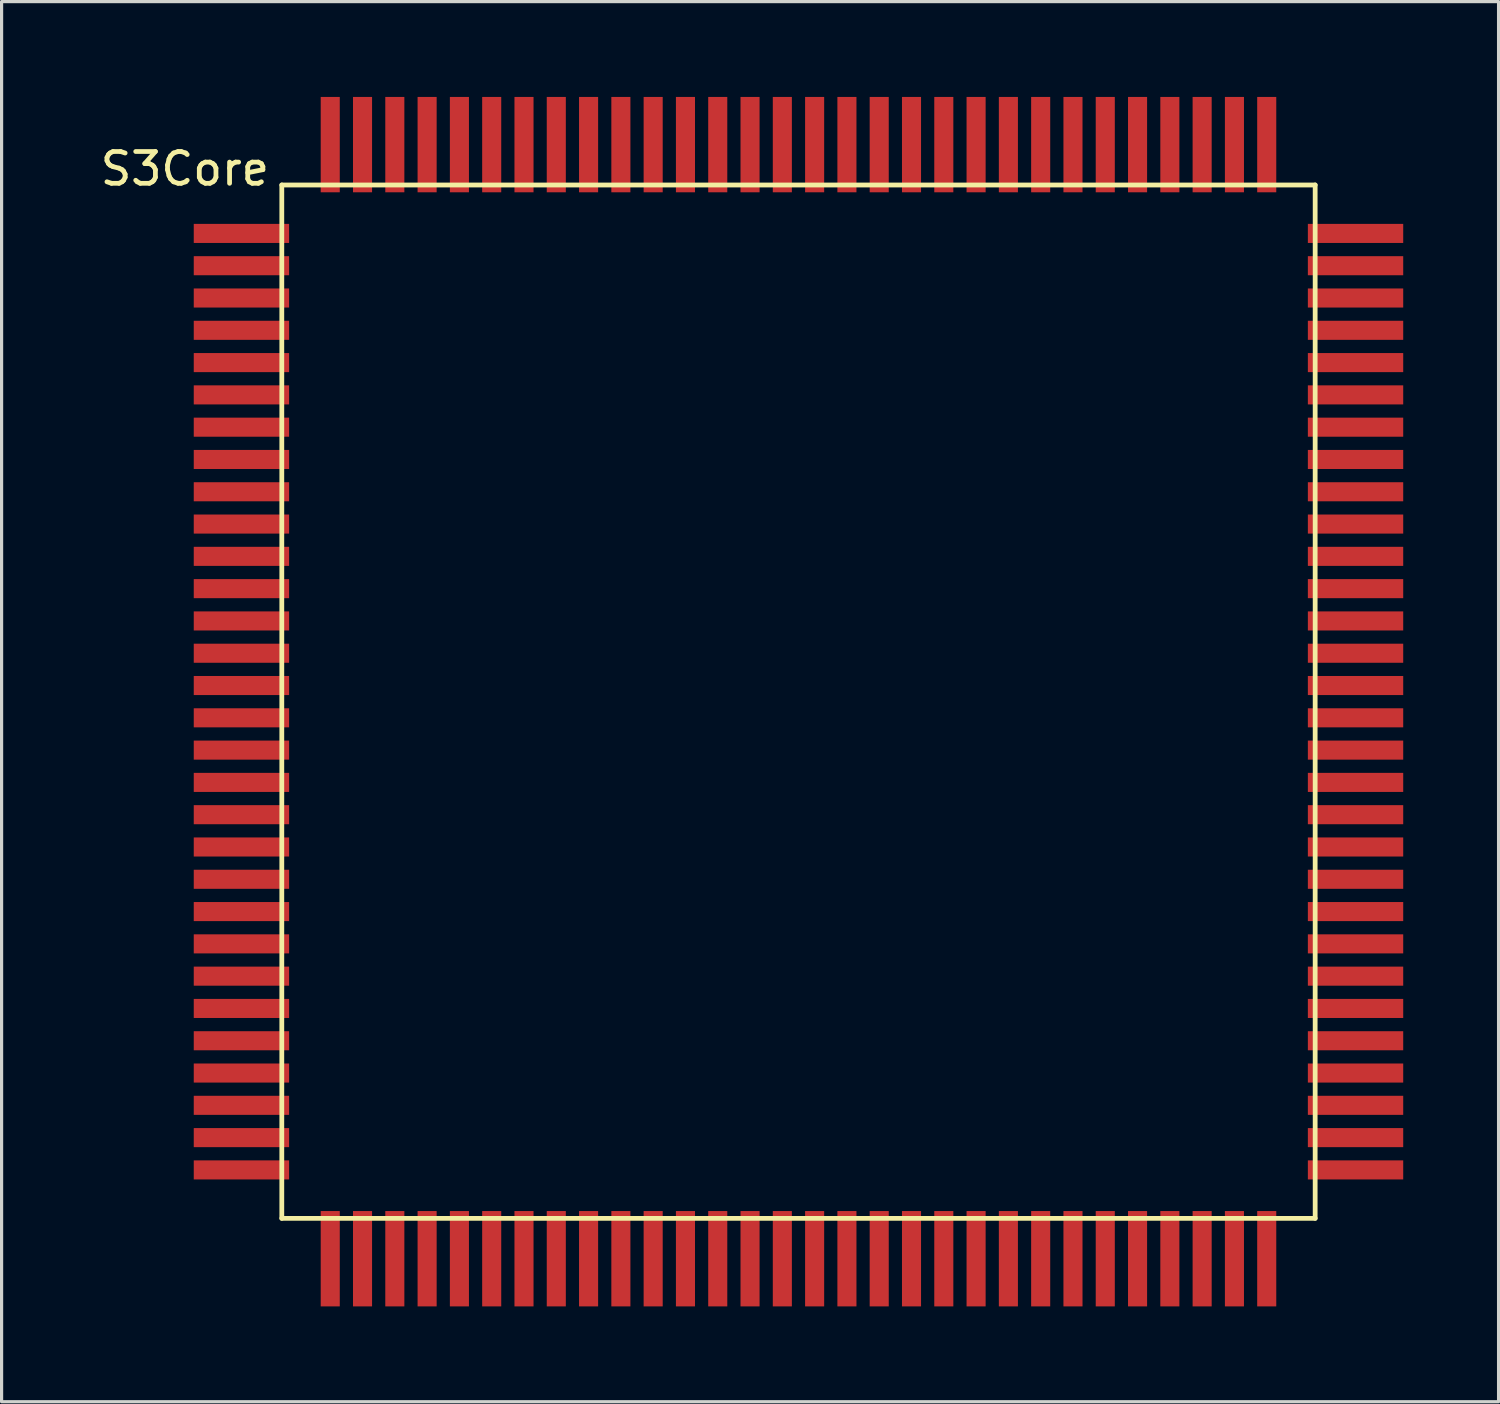
<source format=kicad_pcb>
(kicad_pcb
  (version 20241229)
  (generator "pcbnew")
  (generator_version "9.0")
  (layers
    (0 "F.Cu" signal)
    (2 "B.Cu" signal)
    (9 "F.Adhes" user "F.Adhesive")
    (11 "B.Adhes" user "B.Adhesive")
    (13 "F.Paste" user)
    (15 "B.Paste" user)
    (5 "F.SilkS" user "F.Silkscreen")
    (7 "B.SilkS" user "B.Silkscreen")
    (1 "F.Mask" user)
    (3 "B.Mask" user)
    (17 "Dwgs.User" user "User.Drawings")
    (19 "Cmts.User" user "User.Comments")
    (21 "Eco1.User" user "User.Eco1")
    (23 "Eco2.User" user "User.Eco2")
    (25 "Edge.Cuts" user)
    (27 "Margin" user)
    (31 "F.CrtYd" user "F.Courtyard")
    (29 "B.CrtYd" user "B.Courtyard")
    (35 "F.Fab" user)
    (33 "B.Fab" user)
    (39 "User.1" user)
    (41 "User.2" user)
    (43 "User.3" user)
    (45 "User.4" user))
  (footprint "S3Core"
    (layer "F.Cu")
    (at 5.816 2.77)
    (property "Reference" "S3Core" (at -3.048 -0.508 0) (layer "F.SilkS") (effects (font (size 1 1) (thickness 0.15))))
    (attr through_hole)
    (fp_line (start 0 0) (end 0 32.512) (stroke (width 0.15) (type solid)) (layer "F.SilkS"))
    (fp_line (start 0 32.512) (end 32.512 32.512) (stroke (width 0.15) (type solid)) (layer "F.SilkS"))
    (fp_line (start 32.512 0) (end 0 0) (stroke (width 0.15) (type solid)) (layer "F.SilkS"))
    (fp_line (start 32.512 32.512) (end 32.512 0) (stroke (width 0.15) (type solid)) (layer "F.SilkS"))
    (pad "1" smd rect (at -1.27 1.524) (size 3 0.6) (layers "F.Cu" "F.Mask" "F.Paste"))
    (pad "2" smd rect (at -1.27 2.54) (size 3 0.6) (layers "F.Cu" "F.Mask" "F.Paste"))
    (pad "3" smd rect (at -1.27 3.556) (size 3 0.6) (layers "F.Cu" "F.Mask" "F.Paste"))
    (pad "4" smd rect (at -1.27 4.572) (size 3 0.6) (layers "F.Cu" "F.Mask" "F.Paste"))
    (pad "5" smd rect (at -1.27 5.588) (size 3 0.6) (layers "F.Cu" "F.Mask" "F.Paste"))
    (pad "6" smd rect (at -1.27 6.604) (size 3 0.6) (layers "F.Cu" "F.Mask" "F.Paste"))
    (pad "7" smd rect (at -1.27 7.62) (size 3 0.6) (layers "F.Cu" "F.Mask" "F.Paste"))
    (pad "8" smd rect (at -1.27 8.636) (size 3 0.6) (layers "F.Cu" "F.Mask" "F.Paste"))
    (pad "9" smd rect (at -1.27 9.652) (size 3 0.6) (layers "F.Cu" "F.Mask" "F.Paste"))
    (pad "10" smd rect (at -1.27 10.668) (size 3 0.6) (layers "F.Cu" "F.Mask" "F.Paste"))
    (pad "11" smd rect (at -1.27 11.684) (size 3 0.6) (layers "F.Cu" "F.Mask" "F.Paste"))
    (pad "12" smd rect (at -1.27 12.7) (size 3 0.6) (layers "F.Cu" "F.Mask" "F.Paste"))
    (pad "13" smd rect (at -1.27 13.716) (size 3 0.6) (layers "F.Cu" "F.Mask" "F.Paste"))
    (pad "14" smd rect (at -1.27 14.732) (size 3 0.6) (layers "F.Cu" "F.Mask" "F.Paste"))
    (pad "15" smd rect (at -1.27 15.748) (size 3 0.6) (layers "F.Cu" "F.Mask" "F.Paste"))
    (pad "16" smd rect (at -1.27 16.764) (size 3 0.6) (layers "F.Cu" "F.Mask" "F.Paste"))
    (pad "17" smd rect (at -1.27 17.78) (size 3 0.6) (layers "F.Cu" "F.Mask" "F.Paste"))
    (pad "18" smd rect (at -1.27 18.796) (size 3 0.6) (layers "F.Cu" "F.Mask" "F.Paste"))
    (pad "19" smd rect (at -1.27 19.812) (size 3 0.6) (layers "F.Cu" "F.Mask" "F.Paste"))
    (pad "20" smd rect (at -1.27 20.828) (size 3 0.6) (layers "F.Cu" "F.Mask" "F.Paste"))
    (pad "21" smd rect (at -1.27 21.844) (size 3 0.6) (layers "F.Cu" "F.Mask" "F.Paste"))
    (pad "22" smd rect (at -1.27 22.86) (size 3 0.6) (layers "F.Cu" "F.Mask" "F.Paste"))
    (pad "23" smd rect (at -1.27 23.876) (size 3 0.6) (layers "F.Cu" "F.Mask" "F.Paste"))
    (pad "24" smd rect (at -1.27 24.892) (size 3 0.6) (layers "F.Cu" "F.Mask" "F.Paste"))
    (pad "25" smd rect (at -1.27 25.908) (size 3 0.6) (layers "F.Cu" "F.Mask" "F.Paste"))
    (pad "26" smd rect (at -1.27 26.924) (size 3 0.6) (layers "F.Cu" "F.Mask" "F.Paste"))
    (pad "27" smd rect (at -1.27 27.94) (size 3 0.6) (layers "F.Cu" "F.Mask" "F.Paste"))
    (pad "28" smd rect (at -1.27 28.956) (size 3 0.6) (layers "F.Cu" "F.Mask" "F.Paste"))
    (pad "29" smd rect (at -1.27 29.972) (size 3 0.6) (layers "F.Cu" "F.Mask" "F.Paste"))
    (pad "30" smd rect (at -1.27 30.988) (size 3 0.6) (layers "F.Cu" "F.Mask" "F.Paste"))
    (pad "31" smd rect (at 1.524 33.782) (size 0.6 3) (layers "F.Cu" "F.Mask" "F.Paste"))
    (pad "32" smd rect (at 2.54 33.782) (size 0.6 3) (layers "F.Cu" "F.Mask" "F.Paste"))
    (pad "33" smd rect (at 3.556 33.782) (size 0.6 3) (layers "F.Cu" "F.Mask" "F.Paste"))
    (pad "34" smd rect (at 4.572 33.782) (size 0.6 3) (layers "F.Cu" "F.Mask" "F.Paste"))
    (pad "35" smd rect (at 5.588 33.782) (size 0.6 3) (layers "F.Cu" "F.Mask" "F.Paste"))
    (pad "36" smd rect (at 6.604 33.782) (size 0.6 3) (layers "F.Cu" "F.Mask" "F.Paste"))
    (pad "37" smd rect (at 7.62 33.782) (size 0.6 3) (layers "F.Cu" "F.Mask" "F.Paste"))
    (pad "38" smd rect (at 8.636 33.782) (size 0.6 3) (layers "F.Cu" "F.Mask" "F.Paste"))
    (pad "39" smd rect (at 9.652 33.782) (size 0.6 3) (layers "F.Cu" "F.Mask" "F.Paste"))
    (pad "40" smd rect (at 10.668 33.782) (size 0.6 3) (layers "F.Cu" "F.Mask" "F.Paste"))
    (pad "41" smd rect (at 11.684 33.782) (size 0.6 3) (layers "F.Cu" "F.Mask" "F.Paste"))
    (pad "42" smd rect (at 12.7 33.782) (size 0.6 3) (layers "F.Cu" "F.Mask" "F.Paste"))
    (pad "43" smd rect (at 13.716 33.782) (size 0.6 3) (layers "F.Cu" "F.Mask" "F.Paste"))
    (pad "44" smd rect (at 14.732 33.782) (size 0.6 3) (layers "F.Cu" "F.Mask" "F.Paste"))
    (pad "45" smd rect (at 15.748 33.782) (size 0.6 3) (layers "F.Cu" "F.Mask" "F.Paste"))
    (pad "46" smd rect (at 16.764 33.782) (size 0.6 3) (layers "F.Cu" "F.Mask" "F.Paste"))
    (pad "47" smd rect (at 17.78 33.782) (size 0.6 3) (layers "F.Cu" "F.Mask" "F.Paste"))
    (pad "48" smd rect (at 18.796 33.782) (size 0.6 3) (layers "F.Cu" "F.Mask" "F.Paste"))
    (pad "49" smd rect (at 19.812 33.782) (size 0.6 3) (layers "F.Cu" "F.Mask" "F.Paste"))
    (pad "50" smd rect (at 20.828 33.782) (size 0.6 3) (layers "F.Cu" "F.Mask" "F.Paste"))
    (pad "51" smd rect (at 21.844 33.782) (size 0.6 3) (layers "F.Cu" "F.Mask" "F.Paste"))
    (pad "52" smd rect (at 22.86 33.782) (size 0.6 3) (layers "F.Cu" "F.Mask" "F.Paste"))
    (pad "53" smd rect (at 23.876 33.782) (size 0.6 3) (layers "F.Cu" "F.Mask" "F.Paste"))
    (pad "54" smd rect (at 24.892 33.782) (size 0.6 3) (layers "F.Cu" "F.Mask" "F.Paste"))
    (pad "55" smd rect (at 25.908 33.782) (size 0.6 3) (layers "F.Cu" "F.Mask" "F.Paste"))
    (pad "56" smd rect (at 26.924 33.782) (size 0.6 3) (layers "F.Cu" "F.Mask" "F.Paste"))
    (pad "57" smd rect (at 27.94 33.782) (size 0.6 3) (layers "F.Cu" "F.Mask" "F.Paste"))
    (pad "58" smd rect (at 28.956 33.782) (size 0.6 3) (layers "F.Cu" "F.Mask" "F.Paste"))
    (pad "59" smd rect (at 29.972 33.782) (size 0.6 3) (layers "F.Cu" "F.Mask" "F.Paste"))
    (pad "60" smd rect (at 30.988 33.782) (size 0.6 3) (layers "F.Cu" "F.Mask" "F.Paste"))
    (pad "61" smd rect (at 33.782 30.988) (size 3 0.6) (layers "F.Cu" "F.Mask" "F.Paste"))
    (pad "62" smd rect (at 33.782 29.972) (size 3 0.6) (layers "F.Cu" "F.Mask" "F.Paste"))
    (pad "63" smd rect (at 33.782 28.956) (size 3 0.6) (layers "F.Cu" "F.Mask" "F.Paste"))
    (pad "64" smd rect (at 33.782 27.94) (size 3 0.6) (layers "F.Cu" "F.Mask" "F.Paste"))
    (pad "65" smd rect (at 33.782 26.924) (size 3 0.6) (layers "F.Cu" "F.Mask" "F.Paste"))
    (pad "66" smd rect (at 33.782 25.908) (size 3 0.6) (layers "F.Cu" "F.Mask" "F.Paste"))
    (pad "67" smd rect (at 33.782 24.892) (size 3 0.6) (layers "F.Cu" "F.Mask" "F.Paste"))
    (pad "68" smd rect (at 33.782 23.876) (size 3 0.6) (layers "F.Cu" "F.Mask" "F.Paste"))
    (pad "69" smd rect (at 33.782 22.86) (size 3 0.6) (layers "F.Cu" "F.Mask" "F.Paste"))
    (pad "70" smd rect (at 33.782 21.844) (size 3 0.6) (layers "F.Cu" "F.Mask" "F.Paste"))
    (pad "71" smd rect (at 33.782 20.828) (size 3 0.6) (layers "F.Cu" "F.Mask" "F.Paste"))
    (pad "72" smd rect (at 33.782 19.812) (size 3 0.6) (layers "F.Cu" "F.Mask" "F.Paste"))
    (pad "73" smd rect (at 33.782 18.796) (size 3 0.6) (layers "F.Cu" "F.Mask" "F.Paste"))
    (pad "74" smd rect (at 33.782 17.78) (size 3 0.6) (layers "F.Cu" "F.Mask" "F.Paste"))
    (pad "75" smd rect (at 33.782 16.764) (size 3 0.6) (layers "F.Cu" "F.Mask" "F.Paste"))
    (pad "76" smd rect (at 33.782 15.748) (size 3 0.6) (layers "F.Cu" "F.Mask" "F.Paste"))
    (pad "77" smd rect (at 33.782 14.732) (size 3 0.6) (layers "F.Cu" "F.Mask" "F.Paste"))
    (pad "78" smd rect (at 33.782 13.716) (size 3 0.6) (layers "F.Cu" "F.Mask" "F.Paste"))
    (pad "79" smd rect (at 33.782 12.7) (size 3 0.6) (layers "F.Cu" "F.Mask" "F.Paste"))
    (pad "80" smd rect (at 33.782 11.684) (size 3 0.6) (layers "F.Cu" "F.Mask" "F.Paste"))
    (pad "81" smd rect (at 33.782 10.668) (size 3 0.6) (layers "F.Cu" "F.Mask" "F.Paste"))
    (pad "82" smd rect (at 33.782 9.652) (size 3 0.6) (layers "F.Cu" "F.Mask" "F.Paste"))
    (pad "83" smd rect (at 33.782 8.636) (size 3 0.6) (layers "F.Cu" "F.Mask" "F.Paste"))
    (pad "84" smd rect (at 33.782 7.62) (size 3 0.6) (layers "F.Cu" "F.Mask" "F.Paste"))
    (pad "85" smd rect (at 33.782 6.604) (size 3 0.6) (layers "F.Cu" "F.Mask" "F.Paste"))
    (pad "86" smd rect (at 33.782 5.588) (size 3 0.6) (layers "F.Cu" "F.Mask" "F.Paste"))
    (pad "87" smd rect (at 33.782 4.572) (size 3 0.6) (layers "F.Cu" "F.Mask" "F.Paste"))
    (pad "88" smd rect (at 33.782 3.556) (size 3 0.6) (layers "F.Cu" "F.Mask" "F.Paste"))
    (pad "89" smd rect (at 33.782 2.54) (size 3 0.6) (layers "F.Cu" "F.Mask" "F.Paste"))
    (pad "90" smd rect (at 33.782 1.524) (size 3 0.6) (layers "F.Cu" "F.Mask" "F.Paste"))
    (pad "91" smd rect (at 30.988 -1.27) (size 0.6 3) (layers "F.Cu" "F.Mask" "F.Paste"))
    (pad "92" smd rect (at 29.972 -1.27) (size 0.6 3) (layers "F.Cu" "F.Mask" "F.Paste"))
    (pad "93" smd rect (at 28.956 -1.27) (size 0.6 3) (layers "F.Cu" "F.Mask" "F.Paste"))
    (pad "94" smd rect (at 27.94 -1.27) (size 0.6 3) (layers "F.Cu" "F.Mask" "F.Paste"))
    (pad "95" smd rect (at 26.924 -1.27) (size 0.6 3) (layers "F.Cu" "F.Mask" "F.Paste"))
    (pad "96" smd rect (at 25.908 -1.27) (size 0.6 3) (layers "F.Cu" "F.Mask" "F.Paste"))
    (pad "97" smd rect (at 24.892 -1.27) (size 0.6 3) (layers "F.Cu" "F.Mask" "F.Paste"))
    (pad "98" smd rect (at 23.876 -1.27) (size 0.6 3) (layers "F.Cu" "F.Mask" "F.Paste"))
    (pad "99" smd rect (at 22.86 -1.27) (size 0.6 3) (layers "F.Cu" "F.Mask" "F.Paste"))
    (pad "100" smd rect (at 21.844 -1.27) (size 0.6 3) (layers "F.Cu" "F.Mask" "F.Paste"))
    (pad "101" smd rect (at 20.828 -1.27) (size 0.6 3) (layers "F.Cu" "F.Mask" "F.Paste"))
    (pad "102" smd rect (at 19.812 -1.27) (size 0.6 3) (layers "F.Cu" "F.Mask" "F.Paste"))
    (pad "103" smd rect (at 18.796 -1.27) (size 0.6 3) (layers "F.Cu" "F.Mask" "F.Paste"))
    (pad "104" smd rect (at 17.78 -1.27) (size 0.6 3) (layers "F.Cu" "F.Mask" "F.Paste"))
    (pad "105" smd rect (at 16.764 -1.27) (size 0.6 3) (layers "F.Cu" "F.Mask" "F.Paste"))
    (pad "106" smd rect (at 15.748 -1.27) (size 0.6 3) (layers "F.Cu" "F.Mask" "F.Paste"))
    (pad "107" smd rect (at 14.732 -1.27) (size 0.6 3) (layers "F.Cu" "F.Mask" "F.Paste"))
    (pad "108" smd rect (at 13.716 -1.27) (size 0.6 3) (layers "F.Cu" "F.Mask" "F.Paste"))
    (pad "109" smd rect (at 12.7 -1.27) (size 0.6 3) (layers "F.Cu" "F.Mask" "F.Paste"))
    (pad "110" smd rect (at 11.684 -1.27) (size 0.6 3) (layers "F.Cu" "F.Mask" "F.Paste"))
    (pad "111" smd rect (at 10.668 -1.27) (size 0.6 3) (layers "F.Cu" "F.Mask" "F.Paste"))
    (pad "112" smd rect (at 9.652 -1.27) (size 0.6 3) (layers "F.Cu" "F.Mask" "F.Paste"))
    (pad "113" smd rect (at 8.636 -1.27) (size 0.6 3) (layers "F.Cu" "F.Mask" "F.Paste"))
    (pad "114" smd rect (at 7.62 -1.27) (size 0.6 3) (layers "F.Cu" "F.Mask" "F.Paste"))
    (pad "115" smd rect (at 6.604 -1.27) (size 0.6 3) (layers "F.Cu" "F.Mask" "F.Paste"))
    (pad "116" smd rect (at 5.588 -1.27) (size 0.6 3) (layers "F.Cu" "F.Mask" "F.Paste"))
    (pad "117" smd rect (at 4.572 -1.27) (size 0.6 3) (layers "F.Cu" "F.Mask" "F.Paste"))
    (pad "118" smd rect (at 3.556 -1.27) (size 0.6 3) (layers "F.Cu" "F.Mask" "F.Paste"))
    (pad "119" smd rect (at 2.54 -1.27) (size 0.6 3) (layers "F.Cu" "F.Mask" "F.Paste"))
    (pad "120" smd rect (at 1.524 -1.27) (size 0.6 3) (layers "F.Cu" "F.Mask" "F.Paste")))
  (gr_rect
    (start -3 -3)
    (end 44.098 41.052)
    (stroke (width 0.1) (type default))
    (fill no)
    (layer "Edge.Cuts")))
</source>
